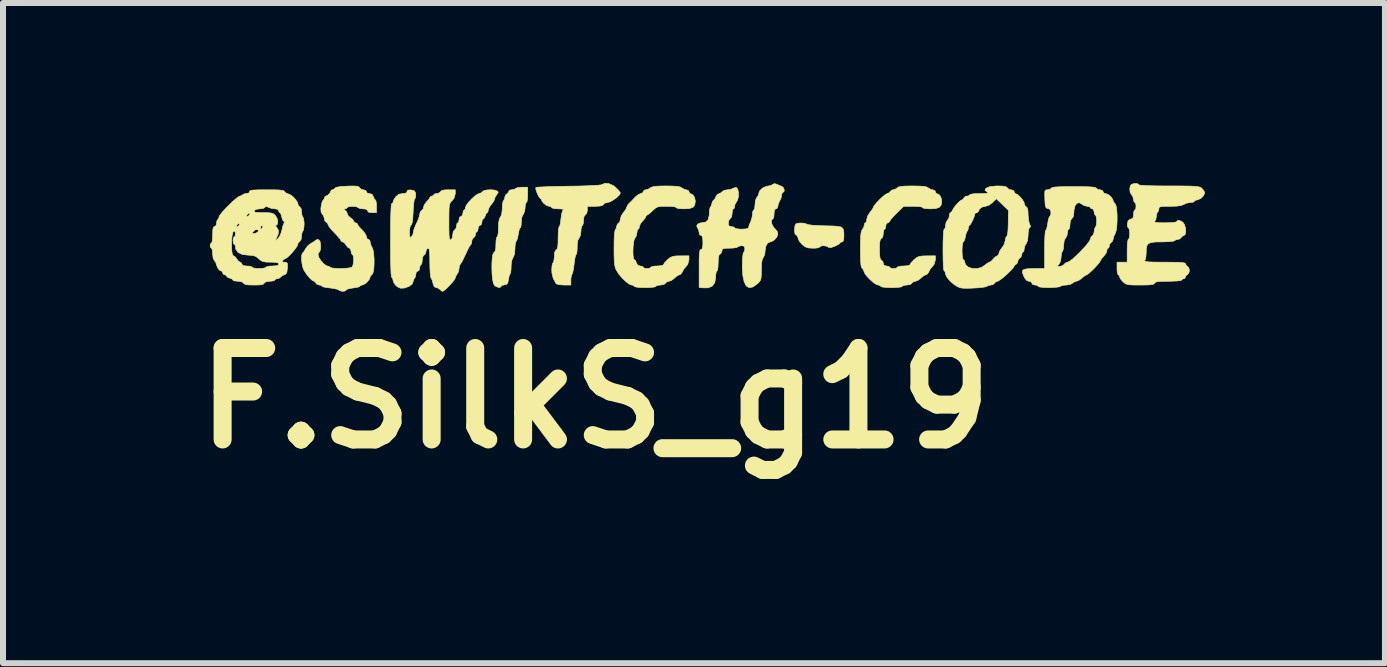
<source format=kicad_pcb>
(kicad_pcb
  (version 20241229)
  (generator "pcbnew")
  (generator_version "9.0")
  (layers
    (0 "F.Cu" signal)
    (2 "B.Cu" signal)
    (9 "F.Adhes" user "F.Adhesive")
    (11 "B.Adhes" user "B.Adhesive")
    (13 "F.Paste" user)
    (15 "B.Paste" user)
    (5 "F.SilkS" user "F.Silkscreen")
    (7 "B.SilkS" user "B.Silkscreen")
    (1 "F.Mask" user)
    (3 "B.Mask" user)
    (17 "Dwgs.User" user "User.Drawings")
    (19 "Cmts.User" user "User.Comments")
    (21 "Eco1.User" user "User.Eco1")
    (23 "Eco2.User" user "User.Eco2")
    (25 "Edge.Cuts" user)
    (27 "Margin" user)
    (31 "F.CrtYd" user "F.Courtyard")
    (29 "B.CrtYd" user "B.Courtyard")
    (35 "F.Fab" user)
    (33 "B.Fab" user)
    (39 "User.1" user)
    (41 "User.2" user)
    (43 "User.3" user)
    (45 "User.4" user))
  (footprint "F.SilkS_g19"
    (layer "F.Cu")
    (at 6.865 3.584)
    (property "Reference" "F.SilkS_g19" (at 0 0 0) (layer "F.SilkS") (effects (font (size 1.524 1.524) (thickness 0.3))))
    (attr through_hole)
    (fp_poly (pts (xy 3.475 -2.915) (xy 3.52 -2.903) (xy 3.525 -2.9) (xy 3.559 -2.889) (xy 3.63 -2.88) (xy 3.733 -2.874) (xy 3.831 -2.871) (xy 3.953 -2.868) (xy 4.039 -2.863) (xy 4.095 -2.852) (xy 4.127 -2.831) (xy 4.143 -2.797) (xy 4.148 -2.747) (xy 4.148 -2.704) (xy 4.145 -2.639) (xy 4.132 -2.609) (xy 4.117 -2.603) (xy 4.089 -2.594) (xy 4.085 -2.586) (xy 4.068 -2.568) (xy 4.023 -2.543) (xy 3.999 -2.531) (xy 3.936 -2.509) (xy 3.899 -2.509) (xy 3.889 -2.516) (xy 3.855 -2.533) (xy 3.808 -2.539) (xy 3.766 -2.535) (xy 3.747 -2.52) (xy 3.747 -2.519) (xy 3.727 -2.507) (xy 3.678 -2.499) (xy 3.634 -2.498) (xy 3.559 -2.502) (xy 3.505 -2.52) (xy 3.455 -2.557) (xy 3.454 -2.558) (xy 3.412 -2.605) (xy 3.388 -2.65) (xy 3.387 -2.661) (xy 3.372 -2.702) (xy 3.354 -2.717) (xy 3.332 -2.74) (xy 3.326 -2.79) (xy 3.327 -2.82) (xy 3.334 -2.877) (xy 3.349 -2.904) (xy 3.386 -2.914) (xy 3.415 -2.917) (xy 3.475 -2.915)) (stroke (width 0.01) (type solid)) (fill yes) (layer "F.SilkS"))
    (fp_poly (pts (xy -1.122 -3.387) (xy -1.125 -3.319) (xy -1.133 -3.273) (xy -1.143 -3.26) (xy -1.156 -3.241) (xy -1.164 -3.194) (xy -1.164 -3.177) (xy -1.172 -3.114) (xy -1.191 -3.067) (xy -1.196 -3.062) (xy -1.218 -3.017) (xy -1.227 -2.947) (xy -1.228 -2.933) (xy -1.231 -2.876) (xy -1.24 -2.841) (xy -1.246 -2.836) (xy -1.259 -2.817) (xy -1.272 -2.769) (xy -1.278 -2.731) (xy -1.29 -2.668) (xy -1.305 -2.624) (xy -1.313 -2.614) (xy -1.324 -2.587) (xy -1.332 -2.532) (xy -1.333 -2.487) (xy -1.341 -2.401) (xy -1.361 -2.347) (xy -1.365 -2.342) (xy -1.387 -2.295) (xy -1.397 -2.213) (xy -1.397 -2.196) (xy -1.4 -2.129) (xy -1.409 -2.079) (xy -1.417 -2.063) (xy -1.432 -2.029) (xy -1.442 -1.975) (xy -1.443 -1.968) (xy -1.453 -1.917) (xy -1.477 -1.894) (xy -1.508 -1.888) (xy -1.55 -1.877) (xy -1.566 -1.861) (xy -1.582 -1.844) (xy -1.618 -1.847) (xy -1.66 -1.867) (xy -1.677 -1.882) (xy -1.694 -1.919) (xy -1.707 -1.985) (xy -1.715 -2.07) (xy -1.718 -2.164) (xy -1.717 -2.256) (xy -1.711 -2.338) (xy -1.7 -2.398) (xy -1.684 -2.426) (xy -1.683 -2.427) (xy -1.663 -2.448) (xy -1.653 -2.498) (xy -1.651 -2.563) (xy -1.648 -2.63) (xy -1.639 -2.675) (xy -1.63 -2.688) (xy -1.619 -2.708) (xy -1.611 -2.76) (xy -1.609 -2.835) (xy -1.604 -2.931) (xy -1.591 -2.991) (xy -1.577 -3.013) (xy -1.555 -3.061) (xy -1.545 -3.144) (xy -1.545 -3.162) (xy -1.542 -3.228) (xy -1.532 -3.276) (xy -1.524 -3.291) (xy -1.506 -3.321) (xy -1.503 -3.346) (xy -1.489 -3.386) (xy -1.471 -3.4) (xy -1.443 -3.427) (xy -1.439 -3.442) (xy -1.421 -3.465) (xy -1.388 -3.471) (xy -1.343 -3.479) (xy -1.323 -3.493) (xy -1.296 -3.505) (xy -1.242 -3.513) (xy -1.216 -3.514) (xy -1.122 -3.514) (xy -1.122 -3.387)) (stroke (width 0.01) (type solid)) (fill yes) (layer "F.SilkS"))
    (fp_poly (pts (xy 0.231 -3.574) (xy 0.302 -3.543) (xy 0.35 -3.506) (xy 0.393 -3.461) (xy 0.419 -3.427) (xy 0.423 -3.417) (xy 0.406 -3.385) (xy 0.364 -3.344) (xy 0.308 -3.303) (xy 0.253 -3.272) (xy 0.21 -3.26) (xy 0.164 -3.249) (xy 0.141 -3.228) (xy 0.12 -3.209) (xy 0.071 -3.199) (xy 0.001 -3.196) (xy -0.127 -3.196) (xy -0.127 -3.132) (xy -0.137 -3.08) (xy -0.159 -3.056) (xy -0.183 -3.024) (xy -0.191 -2.961) (xy -0.195 -2.909) (xy -0.207 -2.88) (xy -0.212 -2.879) (xy -0.224 -2.86) (xy -0.232 -2.812) (xy -0.233 -2.786) (xy -0.241 -2.714) (xy -0.262 -2.669) (xy -0.265 -2.667) (xy -0.286 -2.627) (xy -0.296 -2.55) (xy -0.296 -2.516) (xy -0.299 -2.45) (xy -0.306 -2.405) (xy -0.314 -2.392) (xy -0.325 -2.372) (xy -0.336 -2.321) (xy -0.346 -2.249) (xy -0.347 -2.239) (xy -0.356 -2.161) (xy -0.369 -2.099) (xy -0.381 -2.066) (xy -0.382 -2.065) (xy -0.395 -2.032) (xy -0.402 -1.976) (xy -0.402 -1.964) (xy -0.402 -1.884) (xy -0.517 -1.884) (xy -0.591 -1.889) (xy -0.639 -1.902) (xy -0.65 -1.91) (xy -0.696 -1.997) (xy -0.717 -2.081) (xy -0.72 -2.139) (xy -0.716 -2.201) (xy -0.705 -2.245) (xy -0.699 -2.254) (xy -0.686 -2.282) (xy -0.678 -2.335) (xy -0.677 -2.362) (xy -0.671 -2.433) (xy -0.65 -2.467) (xy -0.646 -2.469) (xy -0.63 -2.484) (xy -0.62 -2.521) (xy -0.615 -2.585) (xy -0.614 -2.669) (xy -0.612 -2.753) (xy -0.607 -2.817) (xy -0.599 -2.853) (xy -0.595 -2.857) (xy -0.584 -2.877) (xy -0.574 -2.927) (xy -0.567 -2.986) (xy -0.556 -3.069) (xy -0.539 -3.122) (xy -0.528 -3.134) (xy -0.525 -3.146) (xy -0.564 -3.152) (xy -0.609 -3.154) (xy -0.671 -3.157) (xy -0.711 -3.167) (xy -0.72 -3.175) (xy -0.737 -3.192) (xy -0.762 -3.196) (xy -0.806 -3.21) (xy -0.852 -3.244) (xy -0.883 -3.283) (xy -0.889 -3.302) (xy -0.902 -3.323) (xy -0.906 -3.323) (xy -0.925 -3.341) (xy -0.949 -3.384) (xy -0.972 -3.437) (xy -0.986 -3.484) (xy -0.985 -3.51) (xy -0.96 -3.514) (xy -0.9 -3.518) (xy -0.808 -3.522) (xy -0.692 -3.526) (xy -0.557 -3.529) (xy -0.437 -3.531) (xy -0.287 -3.533) (xy -0.152 -3.537) (xy -0.039 -3.542) (xy 0.047 -3.547) (xy 0.1 -3.553) (xy 0.115 -3.557) (xy 0.165 -3.579) (xy 0.231 -3.574)) (stroke (width 0.01) (type solid)) (fill yes) (layer "F.SilkS"))
    (fp_poly (pts (xy 5.403 -3.533) (xy 5.479 -3.528) (xy 5.526 -3.519) (xy 5.553 -3.504) (xy 5.553 -3.503) (xy 5.6 -3.476) (xy 5.629 -3.471) (xy 5.664 -3.458) (xy 5.673 -3.44) (xy 5.685 -3.411) (xy 5.695 -3.408) (xy 5.737 -3.389) (xy 5.767 -3.341) (xy 5.779 -3.281) (xy 5.77 -3.218) (xy 5.738 -3.179) (xy 5.679 -3.159) (xy 5.59 -3.154) (xy 5.521 -3.157) (xy 5.475 -3.165) (xy 5.461 -3.175) (xy 5.441 -3.186) (xy 5.388 -3.193) (xy 5.31 -3.196) (xy 5.302 -3.196) (xy 5.144 -3.196) (xy 5.027 -3.082) (xy 4.971 -3.025) (xy 4.93 -2.977) (xy 4.911 -2.948) (xy 4.911 -2.945) (xy 4.894 -2.924) (xy 4.879 -2.921) (xy 4.853 -2.903) (xy 4.847 -2.868) (xy 4.84 -2.828) (xy 4.826 -2.815) (xy 4.812 -2.797) (xy 4.805 -2.751) (xy 4.805 -2.743) (xy 4.796 -2.686) (xy 4.773 -2.659) (xy 4.756 -2.643) (xy 4.746 -2.603) (xy 4.742 -2.533) (xy 4.741 -2.479) (xy 4.743 -2.39) (xy 4.75 -2.335) (xy 4.763 -2.306) (xy 4.773 -2.3) (xy 4.799 -2.271) (xy 4.805 -2.244) (xy 4.817 -2.211) (xy 4.858 -2.201) (xy 4.898 -2.194) (xy 4.911 -2.18) (xy 4.929 -2.165) (xy 4.973 -2.159) (xy 4.974 -2.159) (xy 5.019 -2.165) (xy 5.038 -2.18) (xy 5.038 -2.18) (xy 5.057 -2.192) (xy 5.105 -2.2) (xy 5.144 -2.201) (xy 5.204 -2.205) (xy 5.242 -2.215) (xy 5.249 -2.223) (xy 5.264 -2.249) (xy 5.3 -2.29) (xy 5.318 -2.307) (xy 5.36 -2.341) (xy 5.402 -2.36) (xy 5.457 -2.368) (xy 5.53 -2.37) (xy 5.673 -2.371) (xy 5.673 -2.304) (xy 5.652 -2.229) (xy 5.622 -2.191) (xy 5.584 -2.146) (xy 5.563 -2.104) (xy 5.539 -2.067) (xy 5.516 -2.057) (xy 5.474 -2.036) (xy 5.429 -1.998) (xy 5.383 -1.962) (xy 5.339 -1.947) (xy 5.339 -1.947) (xy 5.298 -1.934) (xy 5.284 -1.916) (xy 5.253 -1.892) (xy 5.197 -1.884) (xy 5.148 -1.879) (xy 5.123 -1.866) (xy 5.122 -1.863) (xy 5.102 -1.852) (xy 5.048 -1.845) (xy 4.966 -1.842) (xy 4.942 -1.841) (xy 4.855 -1.844) (xy 4.793 -1.85) (xy 4.764 -1.86) (xy 4.763 -1.863) (xy 4.745 -1.88) (xy 4.718 -1.884) (xy 4.68 -1.899) (xy 4.628 -1.936) (xy 4.572 -1.987) (xy 4.524 -2.039) (xy 4.493 -2.084) (xy 4.487 -2.102) (xy 4.472 -2.14) (xy 4.456 -2.159) (xy 4.442 -2.178) (xy 4.433 -2.214) (xy 4.428 -2.273) (xy 4.425 -2.363) (xy 4.424 -2.481) (xy 4.425 -2.605) (xy 4.428 -2.694) (xy 4.434 -2.753) (xy 4.444 -2.79) (xy 4.456 -2.808) (xy 4.482 -2.853) (xy 4.487 -2.88) (xy 4.496 -2.914) (xy 4.508 -2.921) (xy 4.524 -2.939) (xy 4.53 -2.979) (xy 4.545 -3.037) (xy 4.582 -3.094) (xy 4.583 -3.095) (xy 4.617 -3.138) (xy 4.635 -3.169) (xy 4.636 -3.172) (xy 4.65 -3.202) (xy 4.688 -3.249) (xy 4.738 -3.303) (xy 4.792 -3.354) (xy 4.839 -3.392) (xy 4.869 -3.408) (xy 4.87 -3.408) (xy 4.908 -3.424) (xy 4.918 -3.44) (xy 4.947 -3.466) (xy 4.971 -3.471) (xy 5.018 -3.487) (xy 5.038 -3.503) (xy 5.06 -3.518) (xy 5.103 -3.528) (xy 5.172 -3.533) (xy 5.276 -3.535) (xy 5.293 -3.535) (xy 5.403 -3.533)) (stroke (width 0.01) (type solid)) (fill yes) (layer "F.SilkS"))
    (fp_poly (pts (xy 1.296 -3.533) (xy 1.372 -3.528) (xy 1.419 -3.519) (xy 1.446 -3.504) (xy 1.447 -3.503) (xy 1.494 -3.476) (xy 1.522 -3.471) (xy 1.558 -3.458) (xy 1.566 -3.44) (xy 1.579 -3.411) (xy 1.589 -3.408) (xy 1.631 -3.389) (xy 1.661 -3.341) (xy 1.672 -3.281) (xy 1.663 -3.218) (xy 1.632 -3.179) (xy 1.572 -3.159) (xy 1.483 -3.154) (xy 1.415 -3.157) (xy 1.369 -3.165) (xy 1.355 -3.175) (xy 1.335 -3.186) (xy 1.282 -3.193) (xy 1.203 -3.196) (xy 1.195 -3.196) (xy 1.112 -3.195) (xy 1.058 -3.189) (xy 1.019 -3.174) (xy 0.983 -3.145) (xy 0.959 -3.122) (xy 0.912 -3.079) (xy 0.876 -3.053) (xy 0.865 -3.048) (xy 0.848 -3.031) (xy 0.847 -3.024) (xy 0.832 -2.994) (xy 0.798 -2.954) (xy 0.794 -2.951) (xy 0.757 -2.905) (xy 0.741 -2.86) (xy 0.741 -2.859) (xy 0.732 -2.824) (xy 0.72 -2.815) (xy 0.705 -2.797) (xy 0.699 -2.754) (xy 0.688 -2.701) (xy 0.667 -2.667) (xy 0.652 -2.637) (xy 0.642 -2.58) (xy 0.635 -2.508) (xy 0.633 -2.434) (xy 0.636 -2.367) (xy 0.644 -2.322) (xy 0.656 -2.307) (xy 0.676 -2.289) (xy 0.69 -2.254) (xy 0.714 -2.212) (xy 0.754 -2.201) (xy 0.792 -2.194) (xy 0.804 -2.18) (xy 0.823 -2.165) (xy 0.867 -2.159) (xy 0.868 -2.159) (xy 0.912 -2.165) (xy 0.931 -2.18) (xy 0.931 -2.18) (xy 0.95 -2.192) (xy 0.999 -2.2) (xy 1.037 -2.201) (xy 1.103 -2.206) (xy 1.139 -2.218) (xy 1.143 -2.225) (xy 1.158 -2.253) (xy 1.195 -2.293) (xy 1.212 -2.309) (xy 1.255 -2.343) (xy 1.297 -2.361) (xy 1.354 -2.369) (xy 1.423 -2.37) (xy 1.566 -2.371) (xy 1.566 -2.304) (xy 1.546 -2.229) (xy 1.516 -2.191) (xy 1.477 -2.146) (xy 1.457 -2.104) (xy 1.432 -2.067) (xy 1.41 -2.057) (xy 1.368 -2.036) (xy 1.323 -1.998) (xy 1.277 -1.962) (xy 1.233 -1.947) (xy 1.233 -1.947) (xy 1.192 -1.934) (xy 1.178 -1.916) (xy 1.147 -1.892) (xy 1.091 -1.884) (xy 1.042 -1.879) (xy 1.017 -1.866) (xy 1.016 -1.863) (xy 0.996 -1.852) (xy 0.941 -1.845) (xy 0.859 -1.842) (xy 0.836 -1.841) (xy 0.748 -1.844) (xy 0.686 -1.85) (xy 0.657 -1.86) (xy 0.656 -1.863) (xy 0.638 -1.88) (xy 0.612 -1.884) (xy 0.57 -1.9) (xy 0.514 -1.942) (xy 0.453 -2.001) (xy 0.397 -2.067) (xy 0.356 -2.132) (xy 0.353 -2.136) (xy 0.338 -2.176) (xy 0.327 -2.228) (xy 0.321 -2.302) (xy 0.318 -2.403) (xy 0.318 -2.5) (xy 0.319 -2.616) (xy 0.323 -2.71) (xy 0.33 -2.775) (xy 0.338 -2.804) (xy 0.339 -2.805) (xy 0.356 -2.834) (xy 0.36 -2.859) (xy 0.374 -2.9) (xy 0.392 -2.913) (xy 0.415 -2.941) (xy 0.423 -2.982) (xy 0.438 -3.035) (xy 0.472 -3.09) (xy 0.476 -3.095) (xy 0.511 -3.14) (xy 0.529 -3.176) (xy 0.529 -3.18) (xy 0.544 -3.215) (xy 0.566 -3.242) (xy 0.605 -3.279) (xy 0.653 -3.33) (xy 0.663 -3.342) (xy 0.71 -3.383) (xy 0.754 -3.406) (xy 0.764 -3.408) (xy 0.797 -3.422) (xy 0.804 -3.44) (xy 0.822 -3.465) (xy 0.848 -3.471) (xy 0.899 -3.486) (xy 0.924 -3.503) (xy 0.95 -3.518) (xy 0.996 -3.528) (xy 1.071 -3.533) (xy 1.18 -3.535) (xy 1.185 -3.535) (xy 1.296 -3.533)) (stroke (width 0.01) (type solid)) (fill yes) (layer "F.SilkS"))
    (fp_poly (pts (xy 9.033 -3.576) (xy 9.058 -3.563) (xy 9.059 -3.556) (xy 9.08 -3.549) (xy 9.141 -3.543) (xy 9.241 -3.539) (xy 9.377 -3.536) (xy 9.548 -3.535) (xy 9.564 -3.535) (xy 9.724 -3.535) (xy 9.848 -3.534) (xy 9.94 -3.532) (xy 10.006 -3.528) (xy 10.052 -3.522) (xy 10.082 -3.515) (xy 10.103 -3.504) (xy 10.114 -3.495) (xy 10.148 -3.454) (xy 10.16 -3.418) (xy 10.142 -3.374) (xy 10.1 -3.331) (xy 10.049 -3.305) (xy 10.03 -3.302) (xy 9.997 -3.292) (xy 9.991 -3.281) (xy 9.972 -3.266) (xy 9.927 -3.259) (xy 9.922 -3.259) (xy 9.86 -3.249) (xy 9.812 -3.227) (xy 9.77 -3.21) (xy 9.697 -3.199) (xy 9.587 -3.196) (xy 9.584 -3.196) (xy 9.495 -3.195) (xy 9.44 -3.192) (xy 9.411 -3.184) (xy 9.399 -3.169) (xy 9.398 -3.155) (xy 9.388 -3.115) (xy 9.377 -3.101) (xy 9.361 -3.072) (xy 9.356 -3.03) (xy 9.347 -2.977) (xy 9.33 -2.946) (xy 9.327 -2.934) (xy 9.35 -2.926) (xy 9.405 -2.922) (xy 9.497 -2.921) (xy 9.5 -2.921) (xy 9.592 -2.923) (xy 9.659 -2.929) (xy 9.692 -2.938) (xy 9.694 -2.942) (xy 9.709 -2.961) (xy 9.746 -2.958) (xy 9.791 -2.934) (xy 9.8 -2.927) (xy 9.825 -2.888) (xy 9.841 -2.833) (xy 9.845 -2.776) (xy 9.837 -2.73) (xy 9.816 -2.71) (xy 9.813 -2.709) (xy 9.78 -2.692) (xy 9.771 -2.678) (xy 9.743 -2.651) (xy 9.717 -2.646) (xy 9.677 -2.636) (xy 9.663 -2.625) (xy 9.637 -2.615) (xy 9.579 -2.608) (xy 9.498 -2.604) (xy 9.448 -2.603) (xy 9.339 -2.602) (xy 9.265 -2.592) (xy 9.22 -2.572) (xy 9.196 -2.535) (xy 9.187 -2.478) (xy 9.186 -2.429) (xy 9.182 -2.361) (xy 9.17 -2.308) (xy 9.161 -2.29) (xy 9.16 -2.281) (xy 9.183 -2.274) (xy 9.234 -2.269) (xy 9.318 -2.266) (xy 9.437 -2.265) (xy 9.489 -2.265) (xy 9.623 -2.264) (xy 9.719 -2.262) (xy 9.784 -2.258) (xy 9.822 -2.252) (xy 9.84 -2.243) (xy 9.842 -2.235) (xy 9.86 -2.203) (xy 9.874 -2.194) (xy 9.898 -2.166) (xy 9.906 -2.127) (xy 9.895 -2.082) (xy 9.874 -2.061) (xy 9.846 -2.034) (xy 9.842 -2.019) (xy 9.826 -1.993) (xy 9.811 -1.99) (xy 9.783 -1.978) (xy 9.779 -1.968) (xy 9.759 -1.959) (xy 9.702 -1.952) (xy 9.615 -1.948) (xy 9.559 -1.947) (xy 9.456 -1.946) (xy 9.388 -1.942) (xy 9.348 -1.934) (xy 9.329 -1.92) (xy 9.327 -1.916) (xy 9.313 -1.901) (xy 9.281 -1.892) (xy 9.223 -1.886) (xy 9.133 -1.884) (xy 9.086 -1.884) (xy 8.984 -1.884) (xy 8.915 -1.888) (xy 8.869 -1.895) (xy 8.837 -1.908) (xy 8.809 -1.929) (xy 8.8 -1.938) (xy 8.762 -1.981) (xy 8.742 -2.018) (xy 8.742 -2.022) (xy 8.73 -2.05) (xy 8.721 -2.053) (xy 8.709 -2.072) (xy 8.701 -2.121) (xy 8.7 -2.159) (xy 8.7 -2.265) (xy 8.869 -2.265) (xy 8.869 -2.455) (xy 8.871 -2.547) (xy 8.877 -2.612) (xy 8.886 -2.644) (xy 8.89 -2.646) (xy 8.903 -2.665) (xy 8.91 -2.713) (xy 8.911 -2.741) (xy 8.907 -2.799) (xy 8.895 -2.832) (xy 8.889 -2.836) (xy 8.875 -2.855) (xy 8.872 -2.9) (xy 8.873 -2.905) (xy 8.885 -2.957) (xy 8.916 -2.978) (xy 8.927 -2.981) (xy 8.96 -2.994) (xy 8.973 -3.028) (xy 8.975 -3.06) (xy 8.98 -3.108) (xy 8.993 -3.132) (xy 8.996 -3.133) (xy 9.011 -3.151) (xy 9.017 -3.195) (xy 9.017 -3.196) (xy 9.011 -3.241) (xy 8.996 -3.26) (xy 8.996 -3.26) (xy 8.98 -3.278) (xy 8.975 -3.31) (xy 8.962 -3.361) (xy 8.943 -3.387) (xy 8.917 -3.433) (xy 8.913 -3.498) (xy 8.924 -3.544) (xy 8.948 -3.565) (xy 8.99 -3.576) (xy 9.033 -3.576)) (stroke (width 0.01) (type solid)) (fill yes) (layer "F.SilkS"))
    (fp_poly (pts (xy 3.032 -3.562) (xy 3.085 -3.539) (xy 3.117 -3.527) (xy 3.142 -3.504) (xy 3.154 -3.469) (xy 3.149 -3.438) (xy 3.133 -3.429) (xy 3.116 -3.411) (xy 3.111 -3.38) (xy 3.099 -3.324) (xy 3.08 -3.29) (xy 3.055 -3.237) (xy 3.049 -3.201) (xy 3.036 -3.163) (xy 3.016 -3.154) (xy 2.994 -3.14) (xy 2.985 -3.094) (xy 2.985 -3.069) (xy 2.98 -3.016) (xy 2.968 -2.987) (xy 2.963 -2.985) (xy 2.943 -2.969) (xy 2.941 -2.93) (xy 2.955 -2.882) (xy 2.982 -2.84) (xy 2.995 -2.828) (xy 3.036 -2.779) (xy 3.048 -2.736) (xy 3.031 -2.685) (xy 2.991 -2.637) (xy 2.942 -2.607) (xy 2.925 -2.604) (xy 2.878 -2.584) (xy 2.847 -2.53) (xy 2.836 -2.458) (xy 2.829 -2.395) (xy 2.809 -2.348) (xy 2.805 -2.342) (xy 2.787 -2.309) (xy 2.777 -2.248) (xy 2.773 -2.153) (xy 2.773 -2.138) (xy 2.772 -2.052) (xy 2.767 -1.997) (xy 2.755 -1.96) (xy 2.732 -1.929) (xy 2.705 -1.904) (xy 2.632 -1.852) (xy 2.571 -1.84) (xy 2.522 -1.868) (xy 2.487 -1.936) (xy 2.464 -2.042) (xy 2.455 -2.186) (xy 2.455 -2.207) (xy 2.457 -2.297) (xy 2.463 -2.369) (xy 2.471 -2.414) (xy 2.477 -2.424) (xy 2.493 -2.453) (xy 2.498 -2.488) (xy 2.488 -2.528) (xy 2.453 -2.54) (xy 2.446 -2.54) (xy 2.401 -2.532) (xy 2.381 -2.519) (xy 2.355 -2.508) (xy 2.299 -2.5) (xy 2.242 -2.498) (xy 2.172 -2.496) (xy 2.134 -2.489) (xy 2.119 -2.474) (xy 2.117 -2.455) (xy 2.103 -2.414) (xy 2.085 -2.399) (xy 2.066 -2.38) (xy 2.056 -2.333) (xy 2.053 -2.252) (xy 2.053 -2.252) (xy 2.05 -2.181) (xy 2.042 -2.132) (xy 2.032 -2.117) (xy 2.02 -2.098) (xy 2.012 -2.049) (xy 2.011 -2.016) (xy 1.997 -1.925) (xy 1.955 -1.866) (xy 1.884 -1.837) (xy 1.794 -1.837) (xy 1.736 -1.844) (xy 1.736 -2.16) (xy 1.736 -2.284) (xy 1.738 -2.372) (xy 1.743 -2.429) (xy 1.75 -2.461) (xy 1.76 -2.475) (xy 1.767 -2.477) (xy 1.787 -2.487) (xy 1.796 -2.524) (xy 1.799 -2.593) (xy 1.796 -2.663) (xy 1.786 -2.699) (xy 1.767 -2.709) (xy 1.742 -2.727) (xy 1.736 -2.758) (xy 1.726 -2.807) (xy 1.712 -2.831) (xy 1.695 -2.868) (xy 1.713 -2.901) (xy 1.759 -2.92) (xy 1.779 -2.921) (xy 1.847 -2.934) (xy 1.887 -2.974) (xy 1.904 -3.046) (xy 1.905 -3.077) (xy 1.909 -3.137) (xy 1.92 -3.178) (xy 1.926 -3.186) (xy 1.944 -3.216) (xy 1.947 -3.239) (xy 1.961 -3.281) (xy 1.977 -3.296) (xy 2.005 -3.329) (xy 2.014 -3.355) (xy 2.039 -3.393) (xy 2.064 -3.405) (xy 2.107 -3.425) (xy 2.123 -3.442) (xy 2.154 -3.462) (xy 2.206 -3.471) (xy 2.209 -3.471) (xy 2.264 -3.478) (xy 2.301 -3.495) (xy 2.302 -3.495) (xy 2.34 -3.51) (xy 2.359 -3.507) (xy 2.381 -3.478) (xy 2.391 -3.424) (xy 2.391 -3.361) (xy 2.378 -3.304) (xy 2.36 -3.273) (xy 2.333 -3.227) (xy 2.328 -3.198) (xy 2.32 -3.162) (xy 2.307 -3.154) (xy 2.293 -3.135) (xy 2.286 -3.089) (xy 2.286 -3.079) (xy 2.277 -3.019) (xy 2.254 -2.992) (xy 2.231 -2.963) (xy 2.223 -2.919) (xy 2.229 -2.874) (xy 2.255 -2.859) (xy 2.275 -2.857) (xy 2.315 -2.85) (xy 2.328 -2.836) (xy 2.347 -2.825) (xy 2.397 -2.817) (xy 2.445 -2.815) (xy 2.517 -2.819) (xy 2.553 -2.83) (xy 2.561 -2.844) (xy 2.57 -2.883) (xy 2.593 -2.934) (xy 2.616 -3.002) (xy 2.625 -3.064) (xy 2.63 -3.111) (xy 2.644 -3.132) (xy 2.646 -3.133) (xy 2.659 -3.152) (xy 2.666 -3.199) (xy 2.667 -3.225) (xy 2.675 -3.297) (xy 2.696 -3.342) (xy 2.699 -3.344) (xy 2.725 -3.386) (xy 2.731 -3.416) (xy 2.749 -3.459) (xy 2.794 -3.5) (xy 2.853 -3.528) (xy 2.894 -3.535) (xy 2.941 -3.547) (xy 2.959 -3.56) (xy 2.992 -3.574) (xy 3.032 -3.562)) (stroke (width 0.01) (type solid)) (fill yes) (layer "F.SilkS"))
    (fp_poly (pts (xy 8.122 -3.523) (xy 8.227 -3.521) (xy 8.298 -3.516) (xy 8.339 -3.509) (xy 8.355 -3.498) (xy 8.356 -3.498) (xy 8.381 -3.477) (xy 8.416 -3.471) (xy 8.457 -3.46) (xy 8.467 -3.44) (xy 8.484 -3.414) (xy 8.511 -3.408) (xy 8.556 -3.391) (xy 8.601 -3.352) (xy 8.631 -3.307) (xy 8.635 -3.289) (xy 8.651 -3.256) (xy 8.668 -3.239) (xy 8.684 -3.204) (xy 8.695 -3.139) (xy 8.701 -3.054) (xy 8.701 -2.961) (xy 8.697 -2.871) (xy 8.687 -2.796) (xy 8.672 -2.746) (xy 8.668 -2.74) (xy 8.643 -2.688) (xy 8.637 -2.653) (xy 8.623 -2.612) (xy 8.604 -2.596) (xy 8.578 -2.567) (xy 8.572 -2.541) (xy 8.564 -2.506) (xy 8.551 -2.498) (xy 8.534 -2.48) (xy 8.53 -2.454) (xy 8.515 -2.411) (xy 8.479 -2.364) (xy 8.477 -2.362) (xy 8.441 -2.322) (xy 8.424 -2.292) (xy 8.424 -2.29) (xy 8.41 -2.265) (xy 8.374 -2.221) (xy 8.325 -2.168) (xy 8.272 -2.116) (xy 8.226 -2.075) (xy 8.196 -2.054) (xy 8.192 -2.053) (xy 8.165 -2.04) (xy 8.123 -2.007) (xy 8.115 -2) (xy 8.068 -1.965) (xy 8.026 -1.948) (xy 8.022 -1.947) (xy 7.978 -1.932) (xy 7.959 -1.916) (xy 7.92 -1.894) (xy 7.859 -1.884) (xy 7.851 -1.884) (xy 7.796 -1.879) (xy 7.761 -1.866) (xy 7.758 -1.863) (xy 7.732 -1.853) (xy 7.674 -1.846) (xy 7.596 -1.842) (xy 7.566 -1.841) (xy 7.479 -1.844) (xy 7.417 -1.85) (xy 7.388 -1.86) (xy 7.387 -1.863) (xy 7.369 -1.879) (xy 7.334 -1.884) (xy 7.292 -1.895) (xy 7.281 -1.916) (xy 7.263 -1.941) (xy 7.232 -1.947) (xy 7.195 -1.959) (xy 7.163 -1.999) (xy 7.145 -2.034) (xy 7.125 -2.088) (xy 7.125 -2.123) (xy 7.149 -2.144) (xy 7.203 -2.155) (xy 7.293 -2.158) (xy 7.329 -2.159) (xy 7.493 -2.159) (xy 7.493 -2.203) (xy 7.709 -2.203) (xy 7.716 -2.192) (xy 7.759 -2.196) (xy 7.804 -2.214) (xy 7.825 -2.236) (xy 7.853 -2.26) (xy 7.877 -2.265) (xy 7.91 -2.28) (xy 7.962 -2.32) (xy 8.025 -2.377) (xy 8.093 -2.444) (xy 8.158 -2.513) (xy 8.211 -2.575) (xy 8.246 -2.625) (xy 8.255 -2.649) (xy 8.269 -2.688) (xy 8.287 -2.702) (xy 8.31 -2.73) (xy 8.319 -2.774) (xy 8.325 -2.822) (xy 8.34 -2.847) (xy 8.353 -2.874) (xy 8.36 -2.928) (xy 8.361 -2.954) (xy 8.357 -3.01) (xy 8.346 -3.044) (xy 8.34 -3.048) (xy 8.324 -3.066) (xy 8.319 -3.101) (xy 8.307 -3.143) (xy 8.287 -3.154) (xy 8.259 -3.165) (xy 8.255 -3.175) (xy 8.237 -3.191) (xy 8.204 -3.196) (xy 8.15 -3.209) (xy 8.12 -3.228) (xy 8.073 -3.256) (xy 8.031 -3.246) (xy 7.999 -3.203) (xy 7.982 -3.13) (xy 7.981 -3.095) (xy 7.972 -3.024) (xy 7.948 -2.992) (xy 7.948 -2.992) (xy 7.924 -2.961) (xy 7.916 -2.898) (xy 7.912 -2.845) (xy 7.9 -2.817) (xy 7.895 -2.815) (xy 7.88 -2.797) (xy 7.874 -2.754) (xy 7.864 -2.701) (xy 7.842 -2.667) (xy 7.82 -2.626) (xy 7.811 -2.557) (xy 7.811 -2.549) (xy 7.806 -2.49) (xy 7.795 -2.451) (xy 7.789 -2.445) (xy 7.776 -2.417) (xy 7.769 -2.364) (xy 7.768 -2.35) (xy 7.76 -2.288) (xy 7.741 -2.241) (xy 7.736 -2.236) (xy 7.709 -2.203) (xy 7.493 -2.203) (xy 7.493 -2.477) (xy 7.494 -2.587) (xy 7.497 -2.681) (xy 7.502 -2.75) (xy 7.508 -2.789) (xy 7.512 -2.794) (xy 7.524 -2.813) (xy 7.537 -2.862) (xy 7.545 -2.91) (xy 7.556 -2.974) (xy 7.57 -3.016) (xy 7.579 -3.027) (xy 7.593 -3.045) (xy 7.599 -3.089) (xy 7.591 -3.136) (xy 7.561 -3.156) (xy 7.551 -3.158) (xy 7.526 -3.165) (xy 7.511 -3.184) (xy 7.503 -3.224) (xy 7.498 -3.294) (xy 7.497 -3.318) (xy 7.495 -3.397) (xy 7.497 -3.443) (xy 7.507 -3.464) (xy 7.526 -3.471) (xy 7.543 -3.471) (xy 7.586 -3.481) (xy 7.604 -3.498) (xy 7.619 -3.508) (xy 7.659 -3.516) (xy 7.728 -3.521) (xy 7.83 -3.523) (xy 7.971 -3.524) (xy 7.98 -3.524) (xy 8.122 -3.523)) (stroke (width 0.01) (type solid)) (fill yes) (layer "F.SilkS"))
    (fp_poly (pts (xy -3.977 -3.532) (xy -3.943 -3.525) (xy -3.927 -3.511) (xy -3.924 -3.505) (xy -3.895 -3.479) (xy -3.861 -3.471) (xy -3.82 -3.46) (xy -3.81 -3.44) (xy -3.792 -3.414) (xy -3.757 -3.408) (xy -3.712 -3.395) (xy -3.692 -3.355) (xy -3.675 -3.315) (xy -3.66 -3.302) (xy -3.649 -3.283) (xy -3.642 -3.234) (xy -3.641 -3.196) (xy -3.641 -3.09) (xy -3.715 -3.09) (xy -3.77 -3.097) (xy -3.789 -3.119) (xy -3.789 -3.122) (xy -3.805 -3.146) (xy -3.857 -3.154) (xy -3.862 -3.154) (xy -3.914 -3.159) (xy -3.946 -3.173) (xy -3.948 -3.175) (xy -3.975 -3.189) (xy -4.028 -3.196) (xy -4.044 -3.196) (xy -4.097 -3.191) (xy -4.126 -3.18) (xy -4.128 -3.175) (xy -4.145 -3.157) (xy -4.165 -3.153) (xy -4.19 -3.151) (xy -4.179 -3.14) (xy -4.165 -3.131) (xy -4.134 -3.096) (xy -4.128 -3.072) (xy -4.11 -3.035) (xy -4.075 -3.006) (xy -4.036 -2.976) (xy -4.022 -2.949) (xy -4.005 -2.924) (xy -3.99 -2.921) (xy -3.962 -2.909) (xy -3.958 -2.898) (xy -3.944 -2.872) (xy -3.908 -2.829) (xy -3.884 -2.806) (xy -3.84 -2.755) (xy -3.813 -2.708) (xy -3.81 -2.691) (xy -3.797 -2.654) (xy -3.778 -2.646) (xy -3.752 -2.628) (xy -3.746 -2.598) (xy -3.732 -2.543) (xy -3.714 -2.509) (xy -3.698 -2.468) (xy -3.687 -2.4) (xy -3.681 -2.318) (xy -3.681 -2.232) (xy -3.686 -2.153) (xy -3.697 -2.093) (xy -3.713 -2.062) (xy -3.715 -2.061) (xy -3.743 -2.032) (xy -3.747 -2.014) (xy -3.764 -1.972) (xy -3.804 -1.927) (xy -3.851 -1.893) (xy -3.882 -1.884) (xy -3.911 -1.874) (xy -3.916 -1.865) (xy -3.935 -1.853) (xy -3.984 -1.842) (xy -4.026 -1.836) (xy -4.09 -1.826) (xy -4.133 -1.812) (xy -4.144 -1.802) (xy -4.17 -1.783) (xy -4.214 -1.779) (xy -4.257 -1.792) (xy -4.269 -1.801) (xy -4.301 -1.815) (xy -4.361 -1.828) (xy -4.421 -1.836) (xy -4.489 -1.844) (xy -4.536 -1.856) (xy -4.551 -1.866) (xy -4.569 -1.88) (xy -4.594 -1.884) (xy -4.635 -1.898) (xy -4.649 -1.916) (xy -4.671 -1.944) (xy -4.682 -1.947) (xy -4.713 -1.963) (xy -4.757 -2.005) (xy -4.804 -2.061) (xy -4.844 -2.121) (xy -4.852 -2.135) (xy -4.872 -2.188) (xy -4.884 -2.256) (xy -4.89 -2.325) (xy -4.887 -2.382) (xy -4.875 -2.414) (xy -4.872 -2.417) (xy -4.851 -2.439) (xy -4.825 -2.484) (xy -4.824 -2.487) (xy -4.782 -2.542) (xy -4.731 -2.58) (xy -4.683 -2.607) (xy -4.654 -2.63) (xy -4.654 -2.631) (xy -4.625 -2.643) (xy -4.606 -2.639) (xy -4.582 -2.614) (xy -4.573 -2.557) (xy -4.572 -2.53) (xy -4.576 -2.473) (xy -4.587 -2.439) (xy -4.593 -2.434) (xy -4.61 -2.416) (xy -4.614 -2.386) (xy -4.6 -2.34) (xy -4.565 -2.286) (xy -4.52 -2.237) (xy -4.476 -2.206) (xy -4.458 -2.201) (xy -4.421 -2.189) (xy -4.413 -2.18) (xy -4.386 -2.169) (xy -4.329 -2.162) (xy -4.255 -2.159) (xy -4.177 -2.161) (xy -4.108 -2.167) (xy -4.059 -2.178) (xy -4.047 -2.184) (xy -4.032 -2.217) (xy -4.024 -2.269) (xy -4.022 -2.326) (xy -4.028 -2.372) (xy -4.042 -2.392) (xy -4.043 -2.392) (xy -4.059 -2.41) (xy -4.064 -2.445) (xy -4.074 -2.485) (xy -4.092 -2.498) (xy -4.122 -2.515) (xy -4.149 -2.551) (xy -4.178 -2.589) (xy -4.205 -2.603) (xy -4.231 -2.616) (xy -4.233 -2.625) (xy -4.247 -2.65) (xy -4.284 -2.694) (xy -4.336 -2.749) (xy -4.339 -2.752) (xy -4.392 -2.808) (xy -4.43 -2.856) (xy -4.445 -2.886) (xy -4.445 -2.887) (xy -4.462 -2.92) (xy -4.477 -2.929) (xy -4.503 -2.957) (xy -4.508 -2.985) (xy -4.523 -3.036) (xy -4.543 -3.064) (xy -4.564 -3.099) (xy -4.568 -3.154) (xy -4.563 -3.195) (xy -4.551 -3.254) (xy -4.536 -3.292) (xy -4.529 -3.298) (xy -4.51 -3.323) (xy -4.508 -3.336) (xy -4.496 -3.363) (xy -4.486 -3.365) (xy -4.45 -3.382) (xy -4.416 -3.417) (xy -4.403 -3.449) (xy -4.386 -3.469) (xy -4.373 -3.471) (xy -4.34 -3.487) (xy -4.334 -3.498) (xy -4.308 -3.513) (xy -4.243 -3.524) (xy -4.136 -3.531) (xy -4.131 -3.532) (xy -4.037 -3.534) (xy -3.977 -3.532)) (stroke (width 0.01) (type solid)) (fill yes) (layer "F.SilkS"))
    (fp_poly (pts (xy 6.798 -3.532) (xy 6.847 -3.523) (xy 6.87 -3.507) (xy 6.872 -3.503) (xy 6.9 -3.478) (xy 6.934 -3.471) (xy 6.975 -3.46) (xy 6.985 -3.44) (xy 6.997 -3.411) (xy 7.008 -3.408) (xy 7.042 -3.392) (xy 7.086 -3.352) (xy 7.126 -3.303) (xy 7.151 -3.258) (xy 7.154 -3.242) (xy 7.169 -3.202) (xy 7.186 -3.189) (xy 7.206 -3.166) (xy 7.216 -3.113) (xy 7.218 -3.059) (xy 7.223 -2.984) (xy 7.235 -2.922) (xy 7.244 -2.897) (xy 7.26 -2.861) (xy 7.249 -2.844) (xy 7.244 -2.842) (xy 7.227 -2.815) (xy 7.219 -2.752) (xy 7.218 -2.72) (xy 7.211 -2.634) (xy 7.191 -2.58) (xy 7.186 -2.575) (xy 7.161 -2.53) (xy 7.154 -2.489) (xy 7.147 -2.448) (xy 7.133 -2.434) (xy 7.116 -2.416) (xy 7.112 -2.391) (xy 7.098 -2.35) (xy 7.08 -2.336) (xy 7.054 -2.307) (xy 7.048 -2.283) (xy 7.034 -2.243) (xy 7.017 -2.23) (xy 6.989 -2.209) (xy 6.985 -2.198) (xy 6.97 -2.171) (xy 6.93 -2.127) (xy 6.876 -2.074) (xy 6.817 -2.021) (xy 6.762 -1.978) (xy 6.721 -1.951) (xy 6.708 -1.947) (xy 6.671 -1.931) (xy 6.66 -1.916) (xy 6.632 -1.891) (xy 6.596 -1.884) (xy 6.554 -1.877) (xy 6.537 -1.865) (xy 6.514 -1.855) (xy 6.459 -1.846) (xy 6.384 -1.838) (xy 6.298 -1.833) (xy 6.212 -1.83) (xy 6.138 -1.831) (xy 6.099 -1.835) (xy 6.042 -1.856) (xy 5.977 -1.899) (xy 5.916 -1.954) (xy 5.867 -2.012) (xy 5.843 -2.062) (xy 5.842 -2.072) (xy 5.834 -2.108) (xy 5.821 -2.117) (xy 5.812 -2.137) (xy 5.806 -2.197) (xy 5.802 -2.293) (xy 5.8 -2.421) (xy 5.8 -2.455) (xy 6.117 -2.455) (xy 6.12 -2.379) (xy 6.127 -2.327) (xy 6.138 -2.307) (xy 6.138 -2.307) (xy 6.157 -2.29) (xy 6.16 -2.272) (xy 6.178 -2.218) (xy 6.226 -2.18) (xy 6.292 -2.159) (xy 6.368 -2.158) (xy 6.441 -2.178) (xy 6.494 -2.212) (xy 6.537 -2.247) (xy 6.571 -2.264) (xy 6.574 -2.265) (xy 6.603 -2.28) (xy 6.638 -2.317) (xy 6.638 -2.318) (xy 6.674 -2.355) (xy 6.704 -2.371) (xy 6.704 -2.371) (xy 6.727 -2.388) (xy 6.731 -2.41) (xy 6.745 -2.451) (xy 6.778 -2.5) (xy 6.784 -2.506) (xy 6.823 -2.567) (xy 6.837 -2.624) (xy 6.844 -2.67) (xy 6.861 -2.693) (xy 6.873 -2.718) (xy 6.882 -2.783) (xy 6.887 -2.885) (xy 6.887 -2.915) (xy 6.89 -3.13) (xy 6.789 -3.226) (xy 6.689 -3.322) (xy 6.625 -3.259) (xy 6.568 -3.216) (xy 6.513 -3.197) (xy 6.507 -3.196) (xy 6.451 -3.183) (xy 6.407 -3.15) (xy 6.392 -3.113) (xy 6.375 -3.093) (xy 6.361 -3.09) (xy 6.332 -3.077) (xy 6.329 -3.066) (xy 6.321 -3.028) (xy 6.3 -2.976) (xy 6.275 -2.925) (xy 6.252 -2.888) (xy 6.24 -2.879) (xy 6.226 -2.861) (xy 6.223 -2.838) (xy 6.215 -2.798) (xy 6.205 -2.785) (xy 6.19 -2.759) (xy 6.176 -2.707) (xy 6.173 -2.689) (xy 6.16 -2.636) (xy 6.143 -2.606) (xy 6.138 -2.603) (xy 6.128 -2.584) (xy 6.12 -2.532) (xy 6.117 -2.458) (xy 6.117 -2.455) (xy 5.8 -2.455) (xy 5.8 -2.466) (xy 5.801 -2.604) (xy 5.805 -2.709) (xy 5.81 -2.78) (xy 5.818 -2.813) (xy 5.821 -2.815) (xy 5.836 -2.833) (xy 5.842 -2.876) (xy 5.852 -2.93) (xy 5.874 -2.963) (xy 5.899 -3.004) (xy 5.905 -3.04) (xy 5.913 -3.079) (xy 5.925 -3.09) (xy 5.947 -3.108) (xy 5.957 -3.128) (xy 5.978 -3.167) (xy 6.016 -3.216) (xy 6.059 -3.262) (xy 6.097 -3.295) (xy 6.114 -3.302) (xy 6.138 -3.319) (xy 6.146 -3.334) (xy 6.169 -3.355) (xy 6.646 -3.355) (xy 6.657 -3.344) (xy 6.668 -3.355) (xy 6.657 -3.365) (xy 6.646 -3.355) (xy 6.169 -3.355) (xy 6.175 -3.36) (xy 6.201 -3.365) (xy 6.236 -3.374) (xy 6.244 -3.387) (xy 6.264 -3.397) (xy 6.318 -3.405) (xy 6.397 -3.408) (xy 6.407 -3.408) (xy 6.488 -3.409) (xy 6.532 -3.412) (xy 6.547 -3.419) (xy 6.538 -3.432) (xy 6.529 -3.44) (xy 6.5 -3.465) (xy 6.505 -3.484) (xy 6.529 -3.503) (xy 6.585 -3.525) (xy 6.681 -3.534) (xy 6.715 -3.535) (xy 6.798 -3.532)) (stroke (width 0.01) (type solid)) (fill yes) (layer "F.SilkS"))
    (fp_poly (pts (xy -1.67 -3.465) (xy -1.631 -3.451) (xy -1.612 -3.432) (xy -1.623 -3.407) (xy -1.636 -3.392) (xy -1.664 -3.349) (xy -1.672 -3.319) (xy -1.686 -3.283) (xy -1.719 -3.237) (xy -1.725 -3.23) (xy -1.761 -3.181) (xy -1.778 -3.136) (xy -1.778 -3.132) (xy -1.786 -3.098) (xy -1.797 -3.09) (xy -1.816 -3.072) (xy -1.829 -3.037) (xy -1.846 -2.998) (xy -1.863 -2.985) (xy -1.879 -2.966) (xy -1.884 -2.932) (xy -1.895 -2.889) (xy -1.916 -2.879) (xy -1.941 -2.86) (xy -1.947 -2.826) (xy -1.955 -2.786) (xy -1.968 -2.773) (xy -1.986 -2.755) (xy -1.99 -2.73) (xy -2.003 -2.689) (xy -2.021 -2.675) (xy -2.046 -2.646) (xy -2.053 -2.614) (xy -2.059 -2.573) (xy -2.069 -2.558) (xy -2.087 -2.536) (xy -2.113 -2.489) (xy -2.122 -2.471) (xy -2.157 -2.395) (xy -2.194 -2.318) (xy -2.196 -2.312) (xy -2.223 -2.261) (xy -2.244 -2.23) (xy -2.249 -2.226) (xy -2.26 -2.202) (xy -2.265 -2.159) (xy -2.276 -2.103) (xy -2.297 -2.067) (xy -2.323 -2.026) (xy -2.328 -2.002) (xy -2.342 -1.974) (xy -2.378 -1.928) (xy -2.426 -1.875) (xy -2.476 -1.825) (xy -2.518 -1.79) (xy -2.54 -1.778) (xy -2.565 -1.792) (xy -2.582 -1.81) (xy -2.624 -1.837) (xy -2.647 -1.841) (xy -2.679 -1.857) (xy -2.698 -1.907) (xy -2.7 -1.916) (xy -2.714 -1.968) (xy -2.731 -2) (xy -2.733 -2.002) (xy -2.74 -2.026) (xy -2.746 -2.084) (xy -2.75 -2.167) (xy -2.752 -2.255) (xy -2.753 -2.362) (xy -2.756 -2.433) (xy -2.762 -2.475) (xy -2.772 -2.494) (xy -2.783 -2.498) (xy -2.809 -2.479) (xy -2.815 -2.447) (xy -2.827 -2.403) (xy -2.847 -2.384) (xy -2.871 -2.354) (xy -2.879 -2.297) (xy -2.884 -2.248) (xy -2.897 -2.223) (xy -2.9 -2.223) (xy -2.916 -2.204) (xy -2.921 -2.17) (xy -2.932 -2.127) (xy -2.953 -2.117) (xy -2.978 -2.098) (xy -2.985 -2.065) (xy -2.992 -2.02) (xy -3.006 -2) (xy -3.024 -1.97) (xy -3.027 -1.951) (xy -3.046 -1.902) (xy -3.099 -1.861) (xy -3.176 -1.834) (xy -3.179 -1.834) (xy -3.241 -1.831) (xy -3.292 -1.855) (xy -3.309 -1.868) (xy -3.348 -1.914) (xy -3.365 -1.961) (xy -3.365 -1.964) (xy -3.374 -2.001) (xy -3.387 -2.011) (xy -3.393 -2.032) (xy -3.399 -2.094) (xy -3.403 -2.195) (xy -3.406 -2.334) (xy -3.408 -2.509) (xy -3.408 -2.625) (xy -3.407 -2.82) (xy -3.405 -2.98) (xy -3.401 -3.103) (xy -3.397 -3.187) (xy -3.391 -3.232) (xy -3.387 -3.239) (xy -3.367 -3.255) (xy -3.365 -3.267) (xy -3.353 -3.303) (xy -3.323 -3.35) (xy -3.322 -3.352) (xy -3.27 -3.396) (xy -3.205 -3.408) (xy -3.152 -3.415) (xy -3.133 -3.437) (xy -3.133 -3.441) (xy -3.121 -3.464) (xy -3.079 -3.469) (xy -3.064 -3.467) (xy -3.015 -3.457) (xy -2.994 -3.43) (xy -2.988 -3.392) (xy -2.989 -3.345) (xy -3.001 -3.323) (xy -3.002 -3.323) (xy -3.012 -3.303) (xy -3.02 -3.25) (xy -3.027 -3.171) (xy -3.03 -3.108) (xy -3.036 -2.995) (xy -3.046 -2.923) (xy -3.059 -2.888) (xy -3.064 -2.884) (xy -3.081 -2.857) (xy -3.09 -2.796) (xy -3.09 -2.768) (xy -3.089 -2.707) (xy -3.082 -2.68) (xy -3.067 -2.682) (xy -3.059 -2.688) (xy -3.033 -2.729) (xy -3.027 -2.764) (xy -3.017 -2.81) (xy -2.992 -2.875) (xy -2.974 -2.912) (xy -2.943 -2.979) (xy -2.924 -3.039) (xy -2.921 -3.062) (xy -2.909 -3.106) (xy -2.889 -3.125) (xy -2.863 -3.154) (xy -2.857 -3.18) (xy -2.843 -3.224) (xy -2.807 -3.27) (xy -2.805 -3.272) (xy -2.769 -3.311) (xy -2.752 -3.342) (xy -2.752 -3.343) (xy -2.735 -3.363) (xy -2.72 -3.365) (xy -2.692 -3.377) (xy -2.688 -3.387) (xy -2.67 -3.403) (xy -2.638 -3.408) (xy -2.594 -3.42) (xy -2.575 -3.44) (xy -2.552 -3.46) (xy -2.499 -3.47) (xy -2.445 -3.471) (xy -2.328 -3.471) (xy -2.328 -3.405) (xy -2.349 -3.33) (xy -2.381 -3.29) (xy -2.402 -3.269) (xy -2.416 -3.247) (xy -2.426 -3.215) (xy -2.431 -3.167) (xy -2.433 -3.095) (xy -2.434 -2.991) (xy -2.434 -2.933) (xy -2.434 -2.812) (xy -2.432 -2.728) (xy -2.428 -2.675) (xy -2.421 -2.646) (xy -2.411 -2.637) (xy -2.402 -2.638) (xy -2.378 -2.668) (xy -2.371 -2.72) (xy -2.361 -2.776) (xy -2.339 -2.802) (xy -2.315 -2.83) (xy -2.307 -2.867) (xy -2.3 -2.908) (xy -2.286 -2.921) (xy -2.27 -2.939) (xy -2.265 -2.974) (xy -2.254 -3.016) (xy -2.233 -3.027) (xy -2.208 -3.045) (xy -2.201 -3.08) (xy -2.194 -3.12) (xy -2.18 -3.133) (xy -2.163 -3.15) (xy -2.159 -3.174) (xy -2.144 -3.213) (xy -2.104 -3.266) (xy -2.052 -3.322) (xy -1.997 -3.371) (xy -1.949 -3.402) (xy -1.929 -3.408) (xy -1.889 -3.423) (xy -1.876 -3.44) (xy -1.849 -3.458) (xy -1.796 -3.469) (xy -1.731 -3.472) (xy -1.67 -3.465)) (stroke (width 0.01) (type solid)) (fill yes) (layer "F.SilkS"))
    (fp_poly (pts (xy -5.352 -3.471) (xy -5.269 -3.468) (xy -5.216 -3.462) (xy -5.186 -3.454) (xy -5.173 -3.441) (xy -5.172 -3.44) (xy -5.143 -3.412) (xy -5.125 -3.408) (xy -5.082 -3.392) (xy -5.031 -3.354) (xy -4.985 -3.305) (xy -4.956 -3.258) (xy -4.953 -3.242) (xy -4.939 -3.202) (xy -4.921 -3.189) (xy -4.897 -3.158) (xy -4.889 -3.103) (xy -4.884 -3.05) (xy -4.87 -3.018) (xy -4.868 -3.016) (xy -4.856 -2.989) (xy -4.848 -2.935) (xy -4.847 -2.9) (xy -4.851 -2.837) (xy -4.861 -2.794) (xy -4.868 -2.783) (xy -4.883 -2.755) (xy -4.889 -2.704) (xy -4.889 -2.697) (xy -4.899 -2.638) (xy -4.921 -2.611) (xy -4.948 -2.582) (xy -4.953 -2.56) (xy -4.966 -2.529) (xy -5.001 -2.48) (xy -5.046 -2.425) (xy -5.093 -2.375) (xy -5.133 -2.339) (xy -5.154 -2.328) (xy -5.178 -2.315) (xy -5.199 -2.297) (xy -5.217 -2.274) (xy -5.202 -2.266) (xy -5.176 -2.265) (xy -5.142 -2.262) (xy -5.127 -2.246) (xy -5.124 -2.205) (xy -5.126 -2.164) (xy -5.134 -2.101) (xy -5.15 -2.068) (xy -5.175 -2.056) (xy -5.219 -2.036) (xy -5.235 -2.019) (xy -5.268 -1.994) (xy -5.293 -1.99) (xy -5.327 -1.981) (xy -5.334 -1.968) (xy -5.353 -1.955) (xy -5.399 -1.948) (xy -5.416 -1.947) (xy -5.482 -1.939) (xy -5.511 -1.916) (xy -5.528 -1.898) (xy -5.569 -1.888) (xy -5.641 -1.884) (xy -5.683 -1.884) (xy -5.771 -1.886) (xy -5.824 -1.893) (xy -5.85 -1.907) (xy -5.856 -1.916) (xy -5.887 -1.94) (xy -5.95 -1.947) (xy -6.002 -1.952) (xy -6.031 -1.962) (xy -6.032 -1.966) (xy -6.05 -1.985) (xy -6.085 -1.998) (xy -6.125 -2.015) (xy -6.138 -2.032) (xy -6.155 -2.051) (xy -6.17 -2.053) (xy -6.198 -2.07) (xy -6.202 -2.085) (xy -6.215 -2.113) (xy -6.226 -2.117) (xy -6.26 -2.134) (xy -6.291 -2.175) (xy -6.307 -2.222) (xy -6.307 -2.225) (xy -6.323 -2.267) (xy -6.339 -2.286) (xy -6.362 -2.327) (xy -6.371 -2.397) (xy -6.371 -2.405) (xy -6.375 -2.461) (xy -6.386 -2.494) (xy -6.392 -2.498) (xy -6.41 -2.515) (xy -6.413 -2.54) (xy -6.411 -2.549) (xy -6.056 -2.549) (xy -6.054 -2.473) (xy -6.046 -2.411) (xy -6.033 -2.376) (xy -6.025 -2.371) (xy -5.996 -2.354) (xy -5.969 -2.318) (xy -5.939 -2.279) (xy -5.913 -2.265) (xy -5.888 -2.248) (xy -5.884 -2.233) (xy -5.87 -2.211) (xy -5.824 -2.202) (xy -5.8 -2.201) (xy -5.747 -2.197) (xy -5.717 -2.185) (xy -5.715 -2.18) (xy -5.696 -2.169) (xy -5.646 -2.161) (xy -5.599 -2.159) (xy -5.535 -2.162) (xy -5.493 -2.171) (xy -5.482 -2.18) (xy -5.463 -2.192) (xy -5.414 -2.2) (xy -5.376 -2.201) (xy -5.31 -2.205) (xy -5.277 -2.216) (xy -5.271 -2.233) (xy -5.28 -2.251) (xy -5.313 -2.261) (xy -5.377 -2.265) (xy -5.407 -2.265) (xy -5.486 -2.267) (xy -5.537 -2.277) (xy -5.576 -2.298) (xy -5.604 -2.323) (xy -5.649 -2.359) (xy -5.697 -2.376) (xy -5.768 -2.382) (xy -5.78 -2.382) (xy -5.879 -2.394) (xy -5.949 -2.428) (xy -5.986 -2.481) (xy -5.99 -2.513) (xy -5.998 -2.55) (xy -6.011 -2.561) (xy -6.026 -2.58) (xy -6.032 -2.624) (xy -6.032 -2.625) (xy -6.026 -2.669) (xy -6.012 -2.688) (xy -6.011 -2.688) (xy -5.995 -2.706) (xy -5.99 -2.74) (xy -5.993 -2.753) (xy -5.712 -2.753) (xy -5.703 -2.742) (xy -5.662 -2.746) (xy -5.622 -2.764) (xy -5.609 -2.786) (xy -5.622 -2.812) (xy -5.654 -2.808) (xy -5.685 -2.785) (xy -5.712 -2.753) (xy -5.993 -2.753) (xy -5.997 -2.778) (xy -6.022 -2.78) (xy -6.037 -2.755) (xy -6.048 -2.701) (xy -6.055 -2.629) (xy -6.056 -2.549) (xy -6.411 -2.549) (xy -6.405 -2.574) (xy -6.392 -2.582) (xy -6.381 -2.602) (xy -6.374 -2.653) (xy -6.371 -2.72) (xy -6.369 -2.797) (xy -6.365 -2.82) (xy -5.576 -2.82) (xy -5.568 -2.815) (xy -5.546 -2.832) (xy -5.538 -2.847) (xy -5.536 -2.874) (xy -5.544 -2.879) (xy -5.567 -2.862) (xy -5.574 -2.847) (xy -5.576 -2.82) (xy -6.365 -2.82) (xy -6.361 -2.84) (xy -6.347 -2.856) (xy -6.339 -2.857) (xy -6.336 -2.86) (xy -5.978 -2.86) (xy -5.962 -2.857) (xy -5.932 -2.875) (xy -5.927 -2.895) (xy -5.934 -2.916) (xy -5.943 -2.91) (xy -5.973 -2.877) (xy -5.978 -2.873) (xy -5.978 -2.86) (xy -6.336 -2.86) (xy -6.314 -2.876) (xy -6.308 -2.909) (xy -6.3 -2.954) (xy -6.287 -2.974) (xy -6.267 -3.004) (xy -6.265 -3.019) (xy -6.26 -3.03) (xy -5.809 -3.03) (xy -5.793 -3.027) (xy -5.763 -3.044) (xy -5.758 -3.064) (xy -5.764 -3.086) (xy -5.774 -3.08) (xy -5.804 -3.047) (xy -5.809 -3.043) (xy -5.809 -3.03) (xy -6.26 -3.03) (xy -6.251 -3.047) (xy -6.213 -3.096) (xy -6.189 -3.122) (xy -5.68 -3.122) (xy -5.68 -3.106) (xy -5.659 -3.096) (xy -5.611 -3.092) (xy -5.53 -3.09) (xy -5.445 -3.089) (xy -5.391 -3.083) (xy -5.356 -3.07) (xy -5.329 -3.046) (xy -5.322 -3.038) (xy -5.296 -2.991) (xy -5.286 -2.94) (xy -5.292 -2.897) (xy -5.315 -2.879) (xy -5.317 -2.879) (xy -5.32 -2.867) (xy -5.304 -2.845) (xy -5.274 -2.795) (xy -5.279 -2.734) (xy -5.301 -2.683) (xy -5.322 -2.638) (xy -5.318 -2.628) (xy -5.29 -2.652) (xy -5.273 -2.669) (xy -5.242 -2.72) (xy -5.22 -2.787) (xy -5.217 -2.802) (xy -5.203 -2.863) (xy -5.185 -2.908) (xy -5.181 -2.916) (xy -5.171 -2.939) (xy -5.182 -2.942) (xy -5.201 -2.961) (xy -5.217 -3.006) (xy -5.219 -3.016) (xy -5.233 -3.065) (xy -5.249 -3.09) (xy -5.252 -3.09) (xy -5.268 -3.108) (xy -5.271 -3.122) (xy -5.289 -3.147) (xy -5.334 -3.154) (xy -5.397 -3.163) (xy -5.443 -3.18) (xy -5.479 -3.196) (xy -5.496 -3.185) (xy -5.497 -3.18) (xy -5.523 -3.163) (xy -5.575 -3.154) (xy -5.587 -3.154) (xy -5.652 -3.145) (xy -5.68 -3.122) (xy -6.189 -3.122) (xy -6.156 -3.159) (xy -6.108 -3.208) (xy -6.04 -3.274) (xy -5.98 -3.326) (xy -5.936 -3.358) (xy -5.919 -3.365) (xy -5.882 -3.378) (xy -5.874 -3.387) (xy -5.845 -3.403) (xy -5.809 -3.408) (xy -5.767 -3.419) (xy -5.757 -3.44) (xy -5.751 -3.453) (xy -5.729 -3.462) (xy -5.685 -3.467) (xy -5.612 -3.47) (xy -5.504 -3.471) (xy -5.471 -3.471) (xy -5.352 -3.471)) (stroke (width 0.01) (type solid)) (fill yes) (layer "F.SilkS")))
  (gr_rect
    (start -3 -3)
    (end 20.03 8.002)
    (stroke (width 0.1) (type default))
    (fill no)
    (layer "Edge.Cuts")))
</source>
